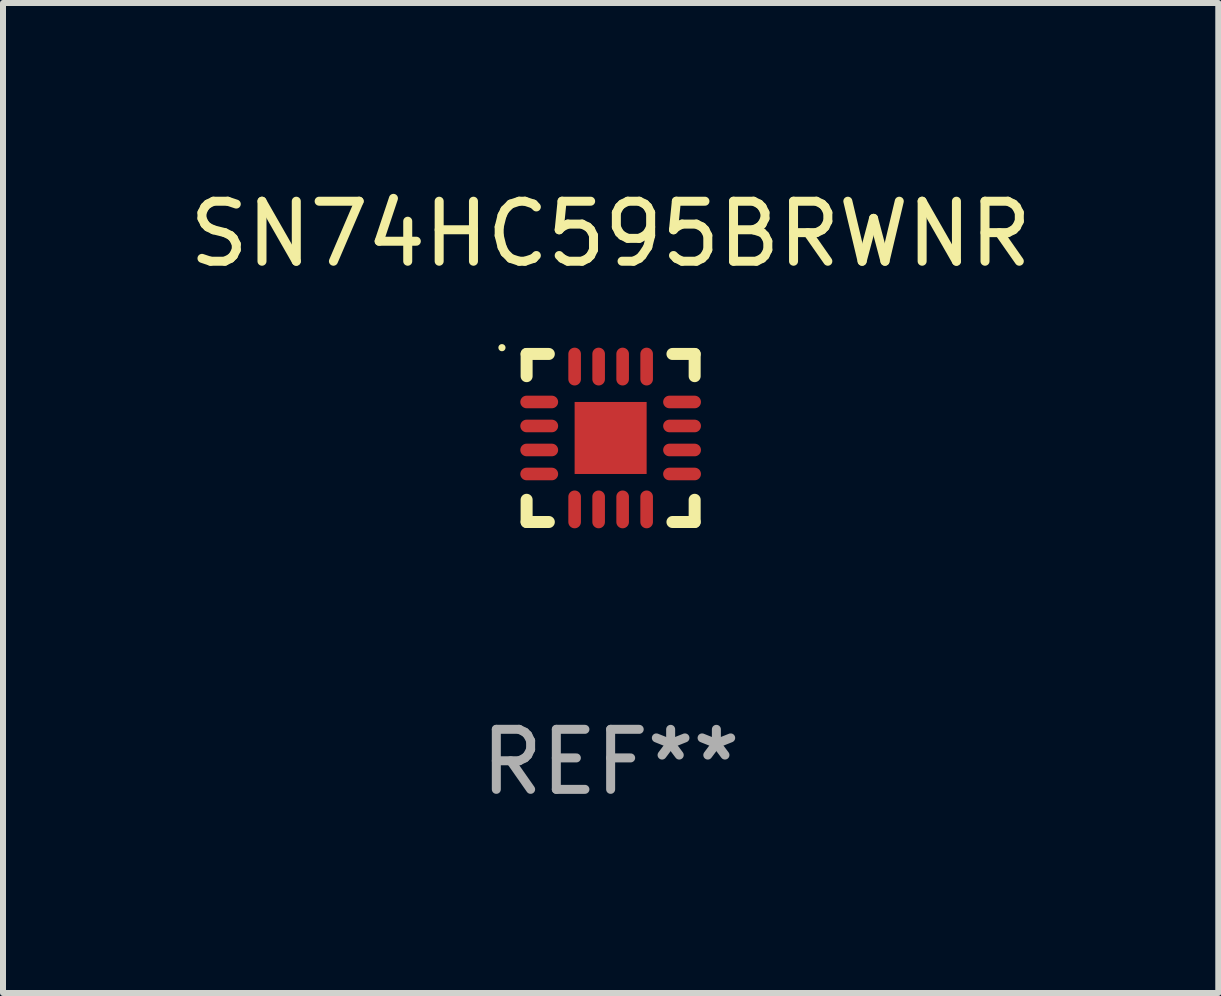
<source format=kicad_pcb>
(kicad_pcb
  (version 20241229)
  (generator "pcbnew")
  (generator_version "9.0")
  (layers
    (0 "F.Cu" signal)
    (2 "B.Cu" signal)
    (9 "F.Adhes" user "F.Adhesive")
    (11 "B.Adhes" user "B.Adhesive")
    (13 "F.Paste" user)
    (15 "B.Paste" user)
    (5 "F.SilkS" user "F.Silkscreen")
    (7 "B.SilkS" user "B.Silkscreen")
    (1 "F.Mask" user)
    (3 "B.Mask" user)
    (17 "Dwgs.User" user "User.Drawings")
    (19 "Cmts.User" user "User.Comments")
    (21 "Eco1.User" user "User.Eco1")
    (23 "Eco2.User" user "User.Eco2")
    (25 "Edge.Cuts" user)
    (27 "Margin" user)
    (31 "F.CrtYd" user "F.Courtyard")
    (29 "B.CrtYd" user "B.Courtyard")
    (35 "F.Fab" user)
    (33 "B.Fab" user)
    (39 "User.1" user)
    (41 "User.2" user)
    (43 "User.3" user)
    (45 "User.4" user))
  (footprint "SN74HC595BRWNR"
    (layer "F.Cu")
    (at 7.125 4.248)
    (property "Reference" "SN74HC595BRWNR" (at 0 -3.4 0) (layer "F.SilkS") (effects (font (size 1 1) (thickness 0.15))))
    (attr through_hole)
    (fp_line (start -1.4 -1.4) (end -1.03 -1.4) (stroke (width 0.2) (type solid)) (layer "F.SilkS"))
    (fp_line (start -1.4 -1.03) (end -1.4 -1.4) (stroke (width 0.2) (type solid)) (layer "F.SilkS"))
    (fp_line (start -1.4 1.4) (end -1.4 1.03) (stroke (width 0.2) (type solid)) (layer "F.SilkS"))
    (fp_line (start -1.03 1.4) (end -1.4 1.4) (stroke (width 0.2) (type solid)) (layer "F.SilkS"))
    (fp_line (start 1.03 1.4) (end 1.4 1.4) (stroke (width 0.2) (type solid)) (layer "F.SilkS"))
    (fp_line (start 1.4 -1.4) (end 1.03 -1.4) (stroke (width 0.2) (type solid)) (layer "F.SilkS"))
    (fp_line (start 1.4 -1.03) (end 1.4 -1.4) (stroke (width 0.2) (type solid)) (layer "F.SilkS"))
    (fp_line (start 1.4 1.4) (end 1.4 1.03) (stroke (width 0.2) (type solid)) (layer "F.SilkS"))
    (fp_circle (center -1.811 -1.505) (end -1.781 -1.505) (stroke (width 0.06) (type solid)) (fill no) (layer "F.SilkS"))
    (fp_text user "REF**" (at 0 5.4 0) (layer "F.Fab") (effects (font (size 1 1) (thickness 0.15))))
    (pad "1" smd oval (at -1.19 -0.6 270) (size 0.21 0.63) (layers "F.Cu" "F.Mask" "F.Paste"))
    (pad "2" smd oval (at -1.19 -0.2 270) (size 0.21 0.63) (layers "F.Cu" "F.Mask" "F.Paste"))
    (pad "3" smd oval (at -1.19 0.2 270) (size 0.21 0.63) (layers "F.Cu" "F.Mask" "F.Paste"))
    (pad "4" smd oval (at -1.19 0.6 270) (size 0.21 0.63) (layers "F.Cu" "F.Mask" "F.Paste"))
    (pad "5" smd oval (at -0.6 1.19) (size 0.21 0.63) (layers "F.Cu" "F.Mask" "F.Paste"))
    (pad "6" smd oval (at -0.2 1.19) (size 0.21 0.63) (layers "F.Cu" "F.Mask" "F.Paste"))
    (pad "7" smd oval (at 0.2 1.19) (size 0.21 0.63) (layers "F.Cu" "F.Mask" "F.Paste"))
    (pad "8" smd oval (at 0.6 1.19) (size 0.21 0.63) (layers "F.Cu" "F.Mask" "F.Paste"))
    (pad "9" smd oval (at 1.19 0.6 90) (size 0.21 0.63) (layers "F.Cu" "F.Mask" "F.Paste"))
    (pad "10" smd oval (at 1.19 0.2 90) (size 0.21 0.63) (layers "F.Cu" "F.Mask" "F.Paste"))
    (pad "11" smd oval (at 1.19 -0.2 90) (size 0.21 0.63) (layers "F.Cu" "F.Mask" "F.Paste"))
    (pad "12" smd oval (at 1.19 -0.6 90) (size 0.21 0.63) (layers "F.Cu" "F.Mask" "F.Paste"))
    (pad "13" smd oval (at 0.6 -1.19) (size 0.21 0.63) (layers "F.Cu" "F.Mask" "F.Paste"))
    (pad "14" smd oval (at 0.2 -1.19) (size 0.21 0.63) (layers "F.Cu" "F.Mask" "F.Paste"))
    (pad "15" smd oval (at -0.2 -1.19) (size 0.21 0.63) (layers "F.Cu" "F.Mask" "F.Paste"))
    (pad "16" smd oval (at -0.6 -1.19) (size 0.21 0.63) (layers "F.Cu" "F.Mask" "F.Paste"))
    (pad "17" smd rect (at -0.000102 -0.000102 270) (size 1.2 1.2) (layers "F.Cu" "F.Mask" "F.Paste")))
  (gr_rect
    (start -3 -3)
    (end 17.25 13.496)
    (stroke (width 0.1) (type default))
    (fill no)
    (layer "Edge.Cuts")))
</source>
